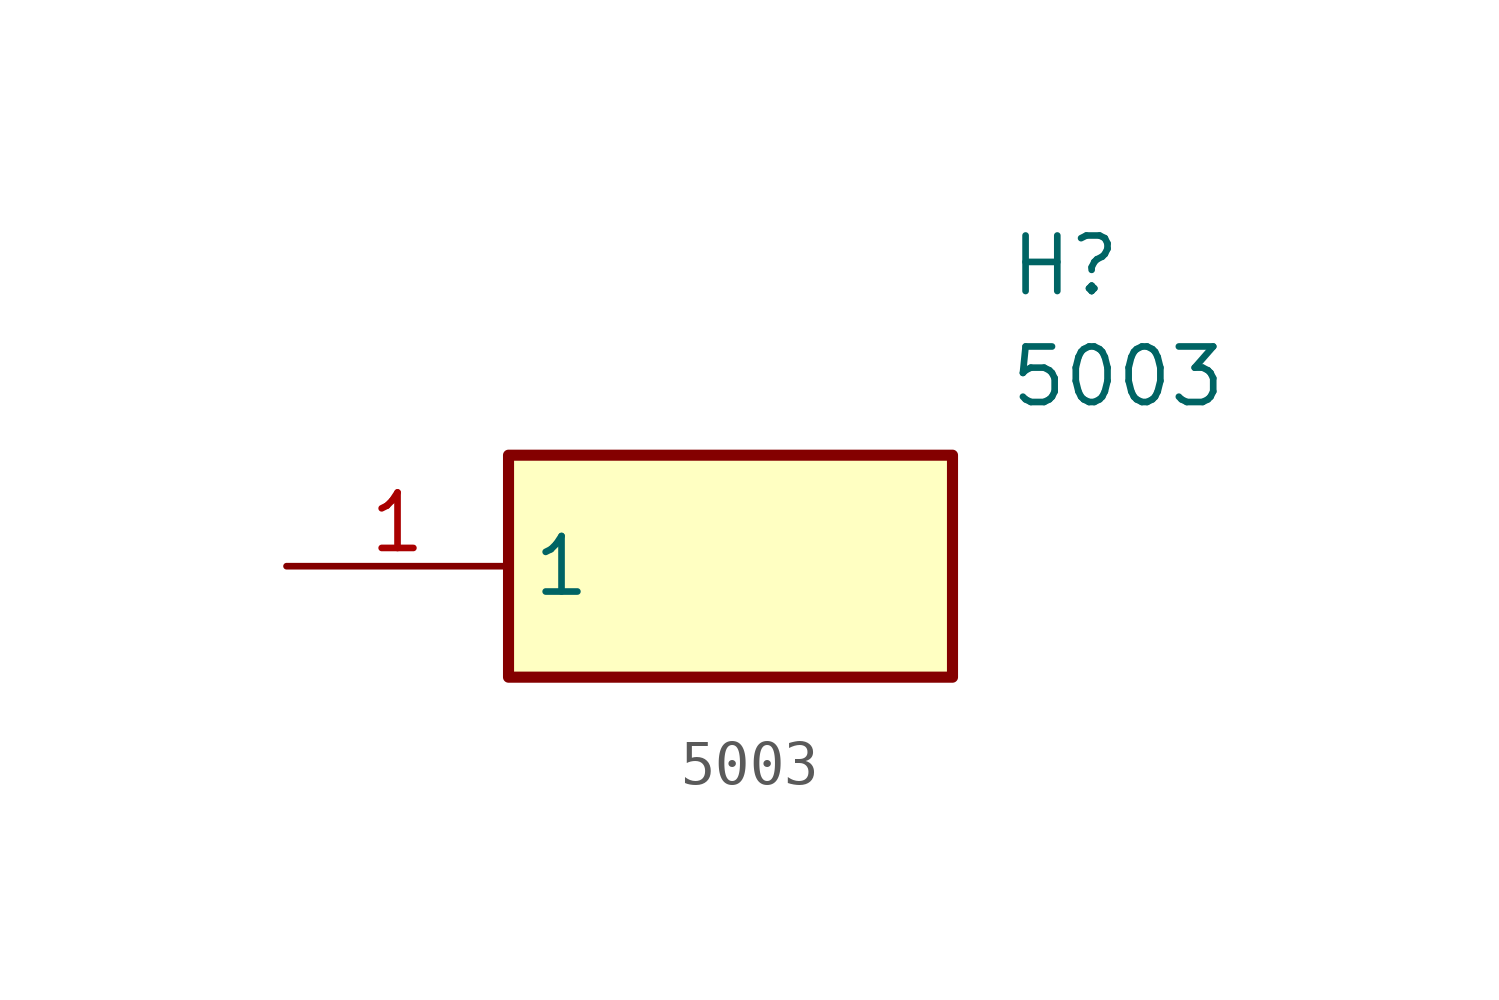
<source format=kicad_sym>
(kicad_symbol_lib
  (version 20211014)
  (generator SamacSys_ECAD_Model)
  (symbol "5003"
    (property "Reference" "H"
      (at 16.51 7.62 0)
      (effects (font (size 1.27 1.27)) (justify left top)))
    (property "Value" "5003"
      (at 16.51 5.08 0)
      (effects (font (size 1.27 1.27)) (justify left top)))
    (rectangle
      (start 5.08 2.54)
      (end 15.24 -2.54)
      (stroke (width 0.254) (type default))
      (fill (type background)))
    (pin passive line
      (at 0 0 0)
      (length 5.08)
      (name "1" (effects (font (size 1.27 1.27))))
      (number "1" (effects (font (size 1.27 1.27)))))))
</source>
